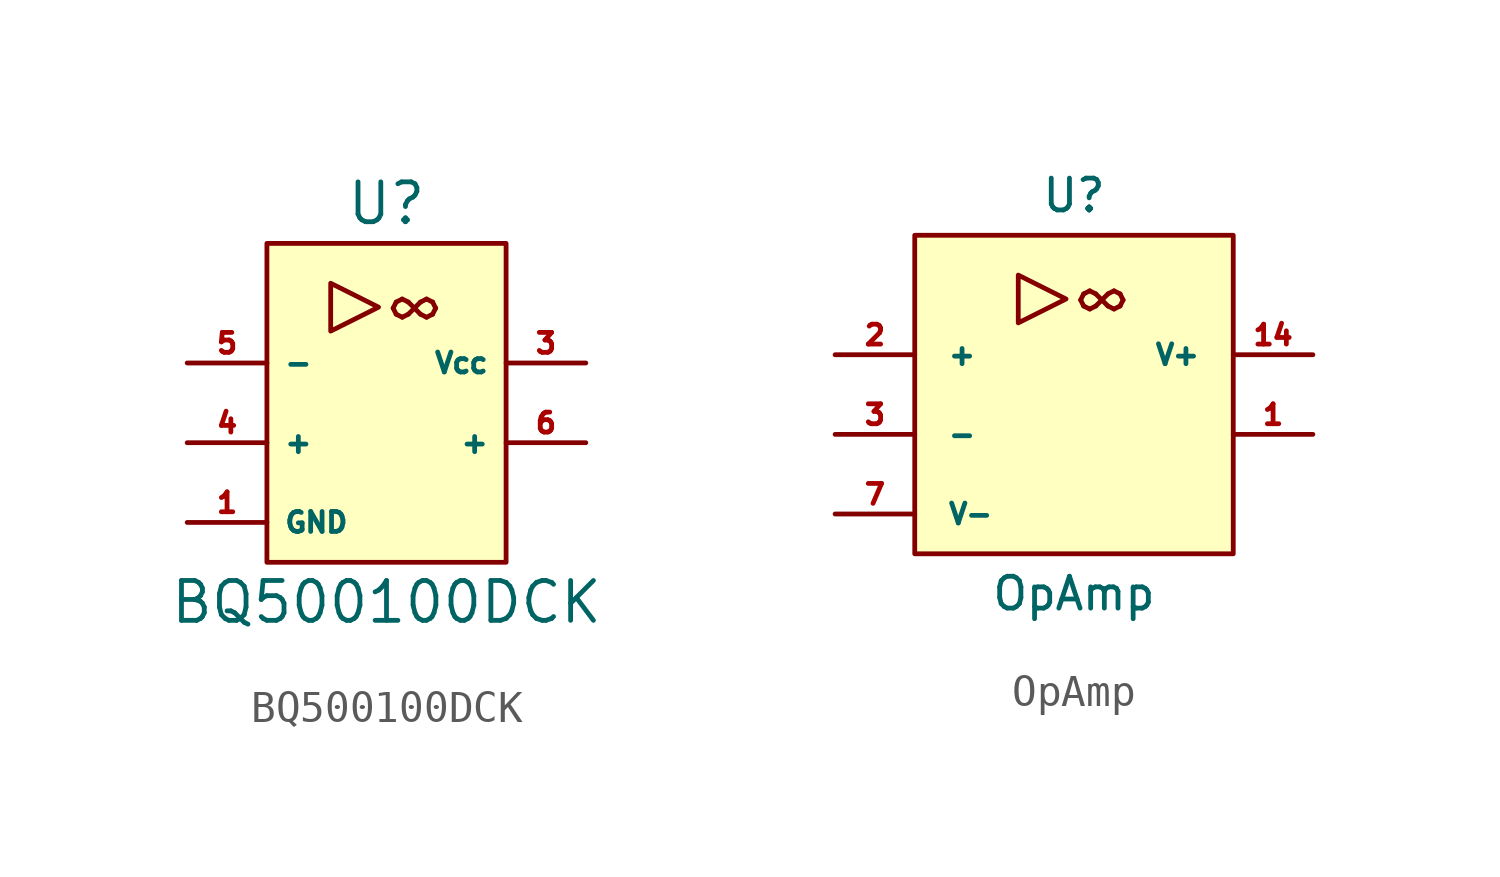
<source format=kicad_sym>
(kicad_symbol_lib
  (version 20211014)
  (generator kicad_symbol_editor)
  (symbol "BQ500100DCK"
    (property "Reference" "U"
      (at 1.27 6.35 0)
      (effects (font (size 1.27 1.27))))
    (property "Value" "BQ500100DCK"
      (at 1.27 -6.35 0)
      (effects (font (size 1.27 1.27))))
    (symbol "BQ500100DCK_0_0"
      (polyline (pts (xy -0.508 2.286) (xy -0.508 3.81) (xy 1.016 3.048) (xy -0.508 2.286)) (stroke (width 0) (type default) (color 0 0 0 0)) (fill (type none)))
      (text "∞" (at 2.159 3.175 0) (effects (font (size 2.032 2.032)))))
    (symbol "BQ500100DCK_0_1"
      (rectangle (start -2.54 5.08) (end 5.08 -5.08) (stroke (width 0) (type default) (color 0 0 0 0)) (fill (type background))))
    (symbol "BQ500100DCK_1_1"
      (pin power_in line (at -5.08 -3.81 0) (length 2.54) (name "GND" (effects (font (size 0.635 0.635)))) (number "1" (effects (font (size 0.635 0.635)))))
      (pin power_in line (at -5.08 -3.81 0) (length 2.54) hide (name "GND" (effects (font (size 0.635 0.635)))) (number "2" (effects (font (size 0.635 0.635)))))
      (pin power_in line (at 7.62 1.27 180) (length 2.54) (name "Vcc" (effects (font (size 0.635 0.635)))) (number "3" (effects (font (size 0.635 0.635)))))
      (pin input line (at -5.08 -1.27 0) (length 2.54) (name "+" (effects (font (size 0.635 0.635)))) (number "4" (effects (font (size 0.635 0.635)))))
      (pin input line (at -5.08 1.27 0) (length 2.54) (name "-" (effects (font (size 0.635 0.635)))) (number "5" (effects (font (size 0.635 0.635)))))
      (pin output line (at 7.62 -1.27 180) (length 2.54) (name "+" (effects (font (size 0.635 0.635)))) (number "6" (effects (font (size 0.635 0.635)))))))
  (symbol "OpAmp"
    (pin_names
      (offset 1.016))
    (property "Reference" "U"
      (at 0 6.35 0)
      (effects (font (size 1.016 1.016))))
    (property "Value" "OpAmp"
      (at 0 -6.35 0)
      (effects (font (size 1.016 1.016))))
    (property "Footprint" ""
      (at 0 1.27 0)
      (effects (font (size 1.524 1.524))))
    (property "Datasheet" ""
      (at 0 1.27 0)
      (effects (font (size 1.524 1.524))))
    (symbol "OpAmp_0_0"
      (polyline (pts (xy -1.778 2.286) (xy -1.778 3.81) (xy -0.254 3.048) (xy -1.778 2.286)) (stroke (width 0) (type default) (color 0 0 0 0)) (fill (type none)))
      (text "∞" (at 0.889 3.175 0) (effects (font (size 2.032 2.032)))))
    (symbol "OpAmp_0_1"
      (rectangle (start -5.08 5.08) (end 5.08 -5.08) (stroke (width 0) (type default) (color 0 0 0 0)) (fill (type background))))
    (symbol "OpAmp_1_1"
      (pin output line (at 7.62 -1.27 180) (length 2.54) (name "~" (effects (font (size 0.635 0.635)))) (number "1" (effects (font (size 0.635 0.635)))))
      (pin power_in line (at 7.62 1.27 180) (length 2.54) (name "V+" (effects (font (size 0.635 0.635)))) (number "14" (effects (font (size 0.635 0.635)))))
      (pin input line (at -7.62 1.27 0) (length 2.54) (name "+" (effects (font (size 0.635 0.635)))) (number "2" (effects (font (size 0.635 0.635)))))
      (pin input line (at -7.62 -1.27 0) (length 2.54) (name "-" (effects (font (size 0.635 0.635)))) (number "3" (effects (font (size 0.635 0.635)))))
      (pin power_in line (at -7.62 -3.81 0) (length 2.54) (name "V-" (effects (font (size 0.635 0.635)))) (number "7" (effects (font (size 0.635 0.635))))))))
</source>
